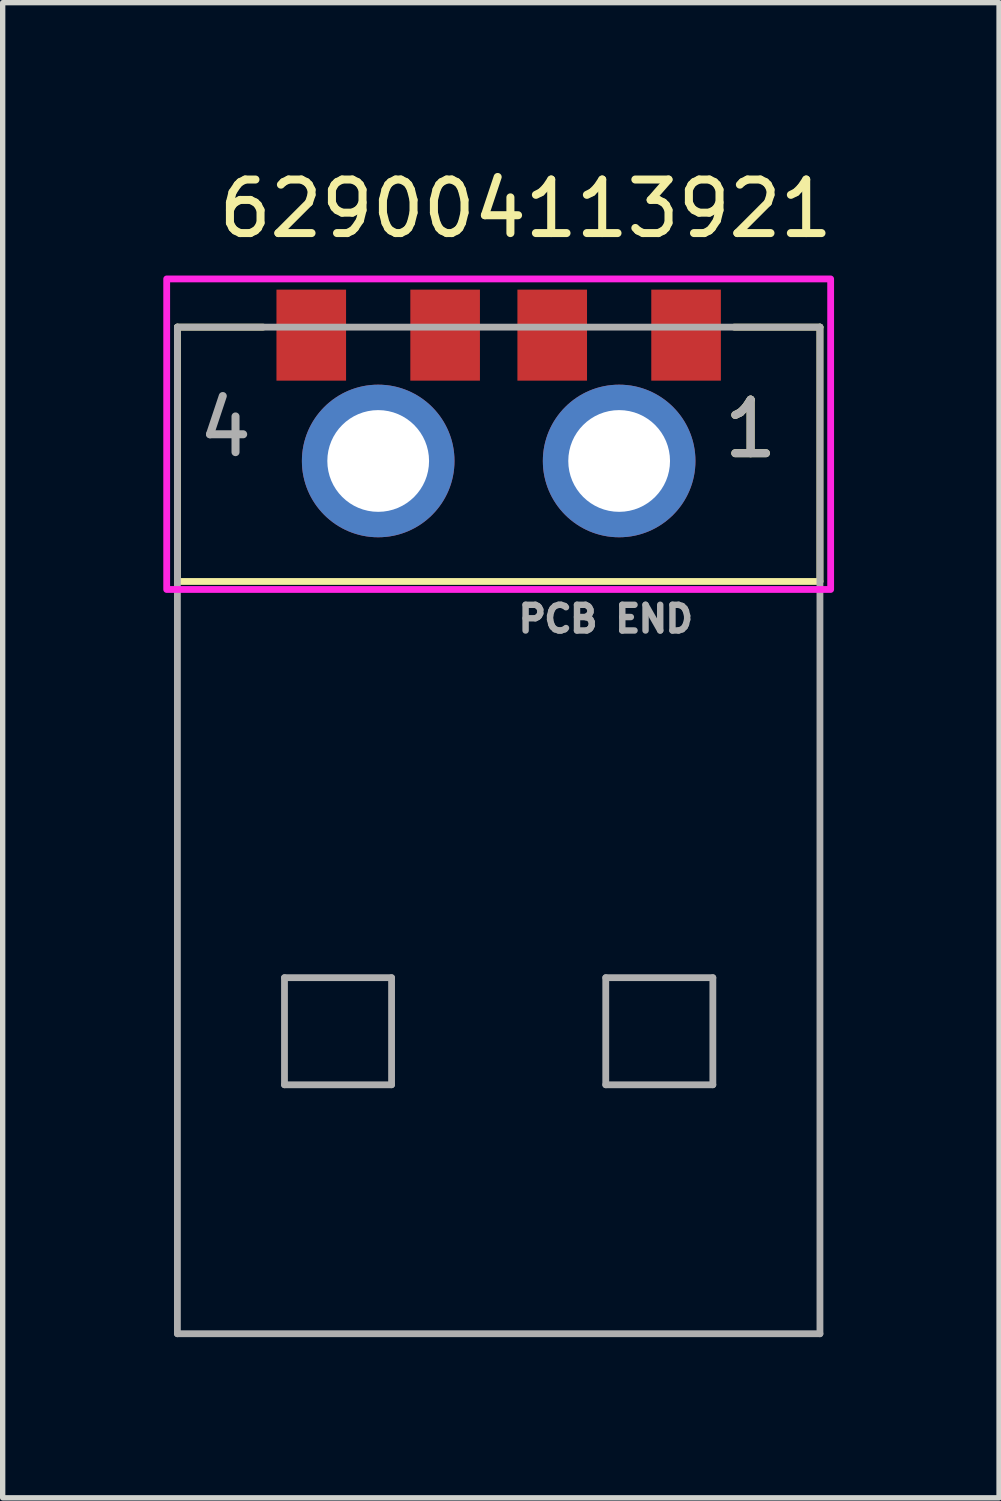
<source format=kicad_pcb>
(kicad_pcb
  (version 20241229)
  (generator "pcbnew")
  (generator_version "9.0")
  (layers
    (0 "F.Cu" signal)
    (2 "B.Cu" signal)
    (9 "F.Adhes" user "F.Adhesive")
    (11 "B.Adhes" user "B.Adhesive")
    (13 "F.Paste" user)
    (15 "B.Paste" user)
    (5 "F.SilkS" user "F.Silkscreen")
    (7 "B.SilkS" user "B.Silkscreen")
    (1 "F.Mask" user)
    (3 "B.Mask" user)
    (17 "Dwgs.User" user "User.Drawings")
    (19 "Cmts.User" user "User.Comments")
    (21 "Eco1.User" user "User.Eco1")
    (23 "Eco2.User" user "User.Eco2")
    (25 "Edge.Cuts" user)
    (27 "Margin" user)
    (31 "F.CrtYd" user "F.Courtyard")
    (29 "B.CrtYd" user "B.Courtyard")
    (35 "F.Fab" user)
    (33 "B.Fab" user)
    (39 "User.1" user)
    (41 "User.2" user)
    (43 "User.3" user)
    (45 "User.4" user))
  (footprint "629004113921"
    (layer "F.Cu")
    (at 6.263 5.559)
    (property "Reference" "629004113921" (at 0.505 -4.711 0) (layer "F.SilkS") (effects (font (size 1 1) (thickness 0.15))))
    (attr through_hole)
    (fp_line (start -6 -2.5) (end -6 2.25) (stroke (width 0.127) (type solid)) (layer "F.SilkS"))
    (fp_line (start -4.4 -2.5) (end -6 -2.5) (stroke (width 0.127) (type solid)) (layer "F.SilkS"))
    (fp_line (start 4.4 -2.5) (end 6 -2.5) (stroke (width 0.127) (type solid)) (layer "F.SilkS"))
    (fp_line (start 6 -2.5) (end 6 2.25) (stroke (width 0.127) (type solid)) (layer "F.SilkS"))
    (fp_line (start 6 2.25) (end -6 2.25) (stroke (width 0.127) (type solid)) (layer "F.SilkS"))
    (fp_poly (pts (xy -6.2 -3.4) (xy 6.2 -3.4) (xy 6.2 2.4) (xy -6.2 2.4)) (stroke (width 0.127) (type solid)) (fill no) (layer "F.CrtYd"))
    (fp_line (start -6 -2.5) (end -6 16.3) (stroke (width 0.127) (type solid)) (layer "F.Fab"))
    (fp_line (start -6 16.3) (end 6 16.3) (stroke (width 0.127) (type solid)) (layer "F.Fab"))
    (fp_line (start -4 9.65) (end -4 11.65) (stroke (width 0.127) (type solid)) (layer "F.Fab"))
    (fp_line (start -4 11.65) (end -2 11.65) (stroke (width 0.127) (type solid)) (layer "F.Fab"))
    (fp_line (start -2 9.65) (end -4 9.65) (stroke (width 0.127) (type solid)) (layer "F.Fab"))
    (fp_line (start -2 11.65) (end -2 9.65) (stroke (width 0.127) (type solid)) (layer "F.Fab"))
    (fp_line (start 2 9.65) (end 2 11.65) (stroke (width 0.127) (type solid)) (layer "F.Fab"))
    (fp_line (start 2 11.65) (end 4 11.65) (stroke (width 0.127) (type solid)) (layer "F.Fab"))
    (fp_line (start 4 9.65) (end 2 9.65) (stroke (width 0.127) (type solid)) (layer "F.Fab"))
    (fp_line (start 4 11.65) (end 4 9.65) (stroke (width 0.127) (type solid)) (layer "F.Fab"))
    (fp_line (start 6 -2.5) (end -6 -2.5) (stroke (width 0.127) (type solid)) (layer "F.Fab"))
    (fp_line (start 6 16.3) (end 6 -2.5) (stroke (width 0.127) (type solid)) (layer "F.Fab"))
    (fp_text user "1" (at 4.705 -0.6 0) (layer "F.SilkS") (effects (font (size 1 1) (thickness 0.15))))
    (fp_text user "1" (at 4.705 -0.6 0) (layer "F.Fab") (effects (font (size 1 1) (thickness 0.15))))
    (fp_text user "4" (at -5.105 -0.62 0) (layer "F.Fab") (effects (font (size 1 1) (thickness 0.15))))
    (fp_text user "PCB END" (at 2 2.95 0) (layer "F.Fab") (effects (font (size 0.48 0.48) (thickness 0.15))))
    (pad "1" smd rect (at 3.5 -2.35 180) (size 1.3 1.7) (layers "F.Cu" "F.Mask" "F.Paste"))
    (pad "2" smd rect (at 1 -2.35 180) (size 1.3 1.7) (layers "F.Cu" "F.Mask" "F.Paste"))
    (pad "3" smd rect (at -1 -2.35 180) (size 1.3 1.7) (layers "F.Cu" "F.Mask" "F.Paste"))
    (pad "4" smd rect (at -3.5 -2.35 180) (size 1.3 1.7) (layers "F.Cu" "F.Mask" "F.Paste"))
    (pad "SHELL" thru_hole circle (at -2.25 0) (size 2.85 2.85) (drill 1.9) (layers "*.Cu" "*.Mask"))
    (pad "SHELL1" thru_hole circle (at 2.25 0) (size 2.85 2.85) (drill 1.9) (layers "*.Cu" "*.Mask")))
  (gr_rect
    (start -3 -3)
    (end 15.608 24.923)
    (stroke (width 0.1) (type default))
    (fill no)
    (layer "Edge.Cuts")))
</source>
